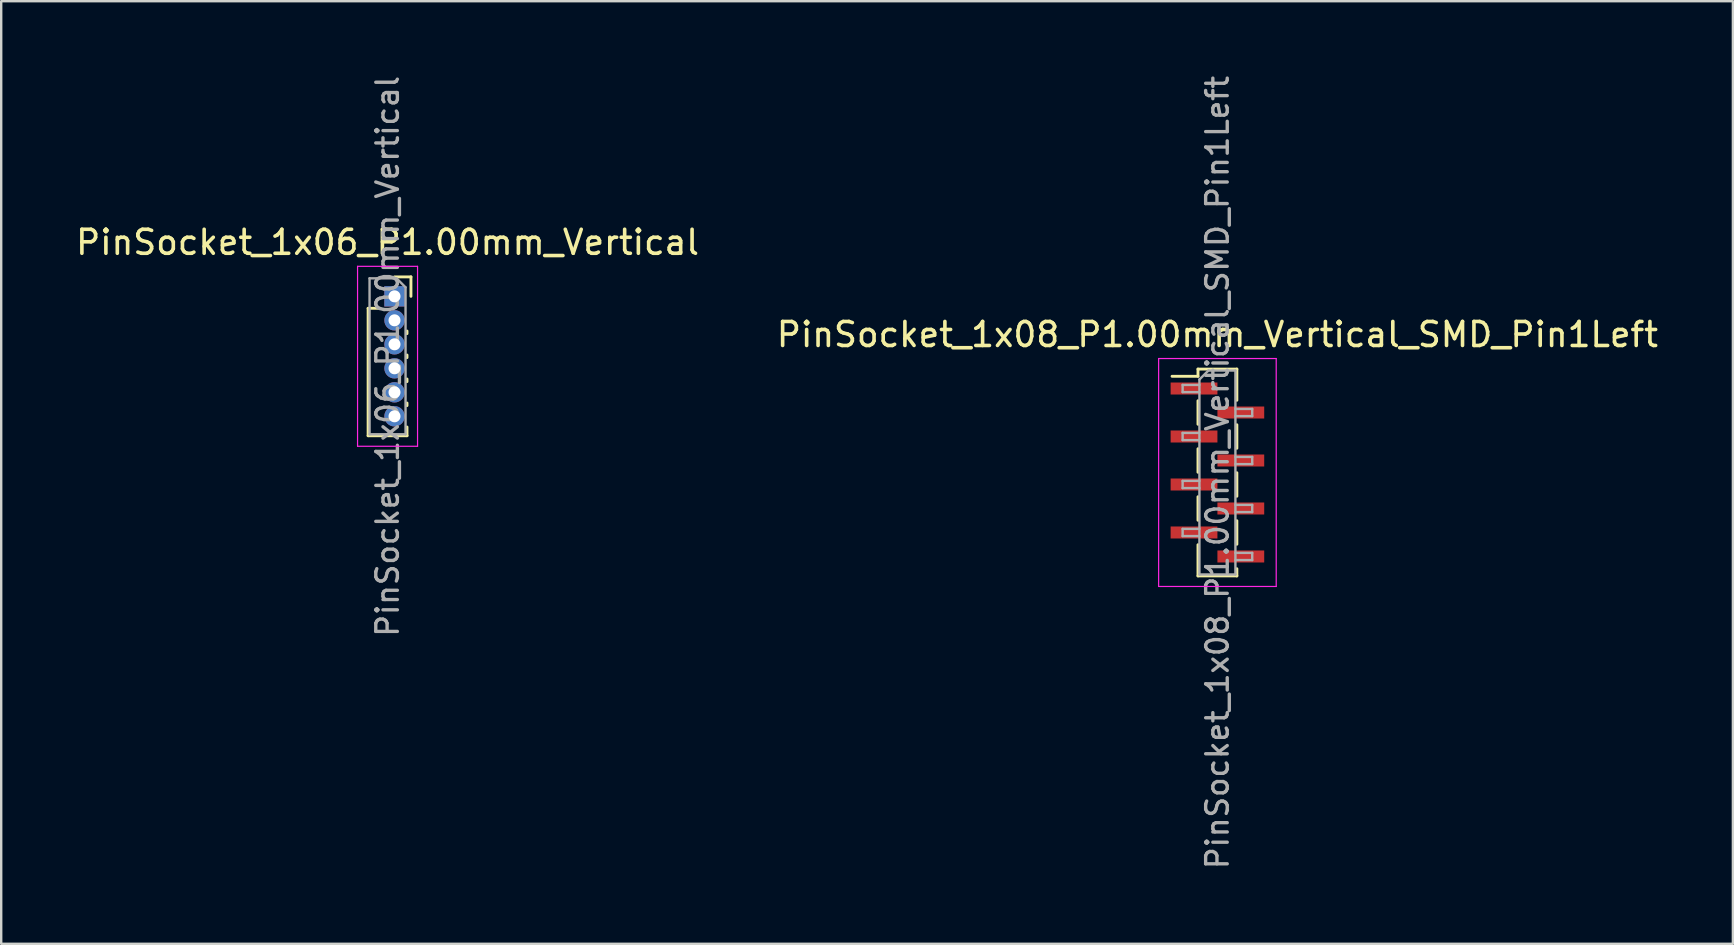
<source format=kicad_pcb>
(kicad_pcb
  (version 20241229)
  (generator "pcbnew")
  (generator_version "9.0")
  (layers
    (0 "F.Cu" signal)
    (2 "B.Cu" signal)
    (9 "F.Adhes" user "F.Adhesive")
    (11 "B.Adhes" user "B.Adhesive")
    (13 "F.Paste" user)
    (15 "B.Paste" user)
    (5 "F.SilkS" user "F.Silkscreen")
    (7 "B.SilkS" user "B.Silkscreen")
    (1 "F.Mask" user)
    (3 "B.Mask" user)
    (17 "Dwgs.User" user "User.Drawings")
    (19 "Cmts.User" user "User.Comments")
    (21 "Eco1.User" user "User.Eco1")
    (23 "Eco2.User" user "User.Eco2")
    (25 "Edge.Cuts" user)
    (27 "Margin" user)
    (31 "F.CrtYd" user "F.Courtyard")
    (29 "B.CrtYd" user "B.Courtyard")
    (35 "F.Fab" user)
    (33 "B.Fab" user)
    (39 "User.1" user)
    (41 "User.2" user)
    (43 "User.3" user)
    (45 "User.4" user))
  (footprint "PinSocket_1x08_P1.00mm_Vertical_SMD_Pin1Left"
    (layer "F.Cu")
    (at 47.685 16.641)
    (property "Reference" "PinSocket_1x08_P1.00mm_Vertical_SMD_Pin1Left" (at 0 -5.75 0) (layer "F.SilkS") (effects (font (size 1 1) (thickness 0.15))))
    (attr smd)
    (fp_line (start -1.89 -4.01) (end -0.81 -4.01) (stroke (width 0.12) (type solid)) (layer "F.SilkS"))
    (fp_line (start -0.81 -4.31) (end -0.81 -4.01) (stroke (width 0.12) (type solid)) (layer "F.SilkS"))
    (fp_line (start -0.81 -4.31) (end 0.81 -4.31) (stroke (width 0.12) (type solid)) (layer "F.SilkS"))
    (fp_line (start -0.81 -2.99) (end -0.81 -2.01) (stroke (width 0.12) (type solid)) (layer "F.SilkS"))
    (fp_line (start -0.81 -0.99) (end -0.81 -0.01) (stroke (width 0.12) (type solid)) (layer "F.SilkS"))
    (fp_line (start -0.81 1.01) (end -0.81 1.99) (stroke (width 0.12) (type solid)) (layer "F.SilkS"))
    (fp_line (start -0.81 3.01) (end -0.81 4.31) (stroke (width 0.12) (type solid)) (layer "F.SilkS"))
    (fp_line (start -0.81 4.31) (end 0.81 4.31) (stroke (width 0.12) (type solid)) (layer "F.SilkS"))
    (fp_line (start 0.81 -4.31) (end 0.81 -3.01) (stroke (width 0.12) (type solid)) (layer "F.SilkS"))
    (fp_line (start 0.81 -1.99) (end 0.81 -1.01) (stroke (width 0.12) (type solid)) (layer "F.SilkS"))
    (fp_line (start 0.81 0.01) (end 0.81 0.99) (stroke (width 0.12) (type solid)) (layer "F.SilkS"))
    (fp_line (start 0.81 2.01) (end 0.81 2.99) (stroke (width 0.12) (type solid)) (layer "F.SilkS"))
    (fp_line (start 0.81 4.01) (end 0.81 4.31) (stroke (width 0.12) (type solid)) (layer "F.SilkS"))
    (fp_line (start -2.45 -4.75) (end 2.45 -4.75) (stroke (width 0.05) (type solid)) (layer "F.CrtYd"))
    (fp_line (start -2.45 4.75) (end -2.45 -4.75) (stroke (width 0.05) (type solid)) (layer "F.CrtYd"))
    (fp_line (start 2.45 -4.75) (end 2.45 4.75) (stroke (width 0.05) (type solid)) (layer "F.CrtYd"))
    (fp_line (start 2.45 4.75) (end -2.45 4.75) (stroke (width 0.05) (type solid)) (layer "F.CrtYd"))
    (fp_line (start -1.45 -3.65) (end -0.75 -3.65) (stroke (width 0.1) (type solid)) (layer "F.Fab"))
    (fp_line (start -1.45 -3.35) (end -1.45 -3.65) (stroke (width 0.1) (type solid)) (layer "F.Fab"))
    (fp_line (start -1.45 -1.65) (end -0.75 -1.65) (stroke (width 0.1) (type solid)) (layer "F.Fab"))
    (fp_line (start -1.45 -1.35) (end -1.45 -1.65) (stroke (width 0.1) (type solid)) (layer "F.Fab"))
    (fp_line (start -1.45 0.35) (end -0.75 0.35) (stroke (width 0.1) (type solid)) (layer "F.Fab"))
    (fp_line (start -1.45 0.65) (end -1.45 0.35) (stroke (width 0.1) (type solid)) (layer "F.Fab"))
    (fp_line (start -1.45 2.35) (end -0.75 2.35) (stroke (width 0.1) (type solid)) (layer "F.Fab"))
    (fp_line (start -1.45 2.65) (end -1.45 2.35) (stroke (width 0.1) (type solid)) (layer "F.Fab"))
    (fp_line (start -0.75 -3.875) (end -0.375 -4.25) (stroke (width 0.1) (type solid)) (layer "F.Fab"))
    (fp_line (start -0.75 -3.35) (end -1.45 -3.35) (stroke (width 0.1) (type solid)) (layer "F.Fab"))
    (fp_line (start -0.75 -1.35) (end -1.45 -1.35) (stroke (width 0.1) (type solid)) (layer "F.Fab"))
    (fp_line (start -0.75 0.65) (end -1.45 0.65) (stroke (width 0.1) (type solid)) (layer "F.Fab"))
    (fp_line (start -0.75 2.65) (end -1.45 2.65) (stroke (width 0.1) (type solid)) (layer "F.Fab"))
    (fp_line (start -0.75 4.25) (end -0.75 -3.875) (stroke (width 0.1) (type solid)) (layer "F.Fab"))
    (fp_line (start -0.375 -4.25) (end 0.75 -4.25) (stroke (width 0.1) (type solid)) (layer "F.Fab"))
    (fp_line (start 0.75 -4.25) (end 0.75 4.25) (stroke (width 0.1) (type solid)) (layer "F.Fab"))
    (fp_line (start 0.75 -2.65) (end 1.45 -2.65) (stroke (width 0.1) (type solid)) (layer "F.Fab"))
    (fp_line (start 0.75 -0.65) (end 1.45 -0.65) (stroke (width 0.1) (type solid)) (layer "F.Fab"))
    (fp_line (start 0.75 1.35) (end 1.45 1.35) (stroke (width 0.1) (type solid)) (layer "F.Fab"))
    (fp_line (start 0.75 3.35) (end 1.45 3.35) (stroke (width 0.1) (type solid)) (layer "F.Fab"))
    (fp_line (start 0.75 4.25) (end -0.75 4.25) (stroke (width 0.1) (type solid)) (layer "F.Fab"))
    (fp_line (start 1.45 -2.65) (end 1.45 -2.35) (stroke (width 0.1) (type solid)) (layer "F.Fab"))
    (fp_line (start 1.45 -2.35) (end 0.75 -2.35) (stroke (width 0.1) (type solid)) (layer "F.Fab"))
    (fp_line (start 1.45 -0.65) (end 1.45 -0.35) (stroke (width 0.1) (type solid)) (layer "F.Fab"))
    (fp_line (start 1.45 -0.35) (end 0.75 -0.35) (stroke (width 0.1) (type solid)) (layer "F.Fab"))
    (fp_line (start 1.45 1.35) (end 1.45 1.65) (stroke (width 0.1) (type solid)) (layer "F.Fab"))
    (fp_line (start 1.45 1.65) (end 0.75 1.65) (stroke (width 0.1) (type solid)) (layer "F.Fab"))
    (fp_line (start 1.45 3.35) (end 1.45 3.65) (stroke (width 0.1) (type solid)) (layer "F.Fab"))
    (fp_line (start 1.45 3.65) (end 0.75 3.65) (stroke (width 0.1) (type solid)) (layer "F.Fab"))
    (fp_text user "${REFERENCE}" (at 0 0 90) (layer "F.Fab") (effects (font (size 0.9 0.9) (thickness 0.14))))
    (pad "1" smd rect (at -0.975 -3.5) (size 1.95 0.5) (layers "F.Cu" "F.Mask" "F.Paste"))
    (pad "2" smd rect (at 0.975 -2.5) (size 1.95 0.5) (layers "F.Cu" "F.Mask" "F.Paste"))
    (pad "3" smd rect (at -0.975 -1.5) (size 1.95 0.5) (layers "F.Cu" "F.Mask" "F.Paste"))
    (pad "4" smd rect (at 0.975 -0.5) (size 1.95 0.5) (layers "F.Cu" "F.Mask" "F.Paste"))
    (pad "5" smd rect (at -0.975 0.5) (size 1.95 0.5) (layers "F.Cu" "F.Mask" "F.Paste"))
    (pad "6" smd rect (at 0.975 1.5) (size 1.95 0.5) (layers "F.Cu" "F.Mask" "F.Paste"))
    (pad "7" smd rect (at -0.975 2.5) (size 1.95 0.5) (layers "F.Cu" "F.Mask" "F.Paste"))
    (pad "8" smd rect (at 0.975 3.5) (size 1.95 0.5) (layers "F.Cu" "F.Mask" "F.Paste")))
  (footprint "PinSocket_1x06_P1.00mm_Vertical"
    (layer "F.Cu")
    (at 13.391 9.299)
    (property "Reference" "PinSocket_1x06_P1.00mm_Vertical" (at -0.29 -2.25 0) (layer "F.SilkS") (effects (font (size 1 1) (thickness 0.15))))
    (attr through_hole)
    (fp_line (start -1.1 0.5) (end -1.1 5.81) (stroke (width 0.12) (type solid)) (layer "F.SilkS"))
    (fp_line (start -1.1 0.5) (end -0.685 0.5) (stroke (width 0.12) (type solid)) (layer "F.SilkS"))
    (fp_line (start -1.1 5.81) (end 0.52 5.81) (stroke (width 0.12) (type solid)) (layer "F.SilkS"))
    (fp_line (start 0 -0.81) (end 0.685 -0.81) (stroke (width 0.12) (type solid)) (layer "F.SilkS"))
    (fp_line (start 0.52 1.446) (end 0.52 1.554) (stroke (width 0.12) (type solid)) (layer "F.SilkS"))
    (fp_line (start 0.52 2.446) (end 0.52 2.554) (stroke (width 0.12) (type solid)) (layer "F.SilkS"))
    (fp_line (start 0.52 3.446) (end 0.52 3.554) (stroke (width 0.12) (type solid)) (layer "F.SilkS"))
    (fp_line (start 0.52 4.446) (end 0.52 4.554) (stroke (width 0.12) (type solid)) (layer "F.SilkS"))
    (fp_line (start 0.52 5.446) (end 0.52 5.81) (stroke (width 0.12) (type solid)) (layer "F.SilkS"))
    (fp_line (start 0.685 -0.81) (end 0.685 0) (stroke (width 0.12) (type solid)) (layer "F.SilkS"))
    (fp_line (start -1.54 -1.25) (end 0.96 -1.25) (stroke (width 0.05) (type solid)) (layer "F.CrtYd"))
    (fp_line (start -1.54 6.25) (end -1.54 -1.25) (stroke (width 0.05) (type solid)) (layer "F.CrtYd"))
    (fp_line (start 0.96 -1.25) (end 0.96 6.25) (stroke (width 0.05) (type solid)) (layer "F.CrtYd"))
    (fp_line (start 0.96 6.25) (end -1.54 6.25) (stroke (width 0.05) (type solid)) (layer "F.CrtYd"))
    (fp_line (start -1.04 -0.75) (end 0.085 -0.75) (stroke (width 0.1) (type solid)) (layer "F.Fab"))
    (fp_line (start -1.04 5.75) (end -1.04 -0.75) (stroke (width 0.1) (type solid)) (layer "F.Fab"))
    (fp_line (start 0.085 -0.75) (end 0.46 -0.375) (stroke (width 0.1) (type solid)) (layer "F.Fab"))
    (fp_line (start 0.46 -0.375) (end 0.46 5.75) (stroke (width 0.1) (type solid)) (layer "F.Fab"))
    (fp_line (start 0.46 5.75) (end -1.04 5.75) (stroke (width 0.1) (type solid)) (layer "F.Fab"))
    (fp_text user "${REFERENCE}" (at -0.29 2.5 90) (layer "F.Fab") (effects (font (size 0.9 0.9) (thickness 0.14))))
    (pad "1" thru_hole rect (at 0 0) (size 0.85 0.85) (drill 0.5) (layers "*.Cu" "*.Mask"))
    (pad "2" thru_hole oval (at 0 1) (size 0.85 0.85) (drill 0.5) (layers "*.Cu" "*.Mask"))
    (pad "3" thru_hole oval (at 0 2) (size 0.85 0.85) (drill 0.5) (layers "*.Cu" "*.Mask"))
    (pad "4" thru_hole oval (at 0 3) (size 0.85 0.85) (drill 0.5) (layers "*.Cu" "*.Mask"))
    (pad "5" thru_hole oval (at 0 4) (size 0.85 0.85) (drill 0.5) (layers "*.Cu" "*.Mask"))
    (pad "6" thru_hole oval (at 0 5) (size 0.85 0.85) (drill 0.5) (layers "*.Cu" "*.Mask")))
  (gr_rect
    (start -3 -3)
    (end 69.167 36.283)
    (stroke (width 0.1) (type default))
    (fill no)
    (layer "Edge.Cuts")))
</source>
